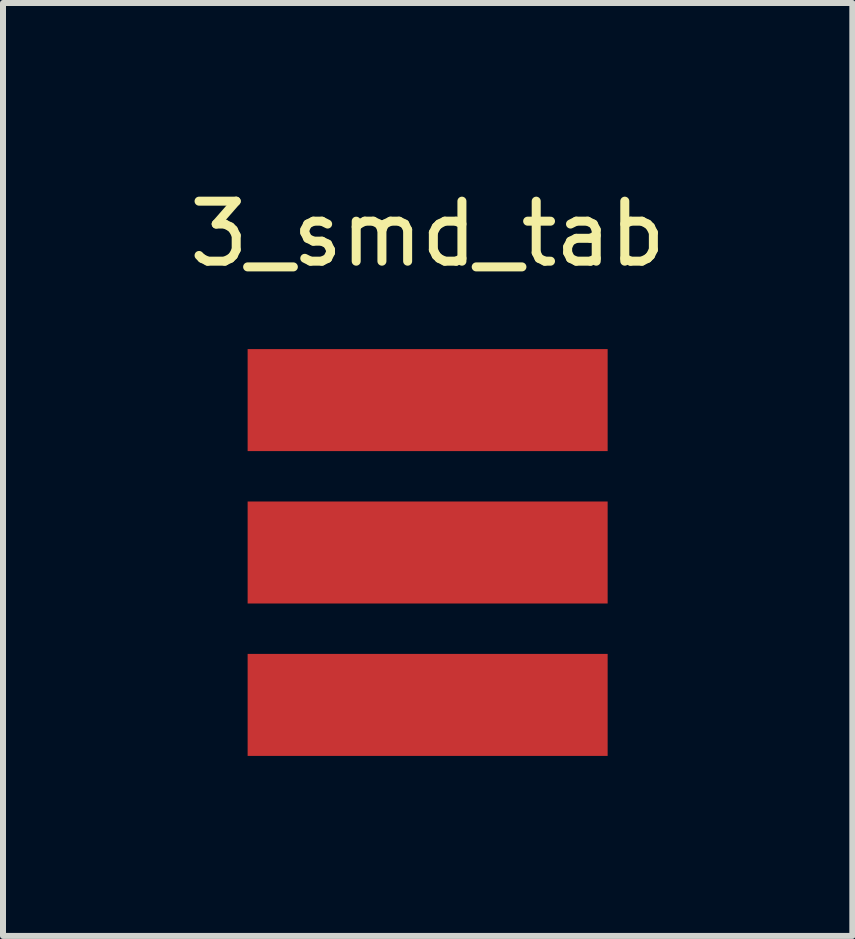
<source format=kicad_pcb>
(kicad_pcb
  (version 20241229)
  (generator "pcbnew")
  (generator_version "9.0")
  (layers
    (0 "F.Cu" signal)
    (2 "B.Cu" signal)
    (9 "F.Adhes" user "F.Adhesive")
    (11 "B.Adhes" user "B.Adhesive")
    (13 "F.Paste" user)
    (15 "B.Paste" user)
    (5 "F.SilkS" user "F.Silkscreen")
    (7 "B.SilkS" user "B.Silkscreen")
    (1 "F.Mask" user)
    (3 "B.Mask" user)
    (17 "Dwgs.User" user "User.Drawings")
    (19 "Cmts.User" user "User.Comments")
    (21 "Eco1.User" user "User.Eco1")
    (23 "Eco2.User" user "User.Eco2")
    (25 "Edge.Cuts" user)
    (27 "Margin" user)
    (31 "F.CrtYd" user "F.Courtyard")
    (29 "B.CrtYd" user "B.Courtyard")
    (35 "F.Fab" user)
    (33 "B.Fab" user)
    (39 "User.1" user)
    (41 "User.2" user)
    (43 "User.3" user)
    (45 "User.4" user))
  (footprint "3_smd_tab"
    (layer "F.Cu")
    (at 4.077 3.618)
    (property "Reference" "3_smd_tab" (at 0 -2.77 0) (layer "F.SilkS") (effects (font (size 1 1) (thickness 0.15))))
    (attr through_hole)
    (pad "1" smd rect (at 0 0) (size 6 1.7) (layers "F.Cu" "F.Mask" "F.Paste"))
    (pad "2" smd rect (at 0 2.54) (size 6 1.7) (layers "F.Cu" "F.Mask" "F.Paste"))
    (pad "3" smd rect (at 0 5.08) (size 6 1.7) (layers "F.Cu" "F.Mask" "F.Paste")))
  (gr_rect
    (start -3 -3)
    (end 11.155 12.548)
    (stroke (width 0.1) (type default))
    (fill no)
    (layer "Edge.Cuts")))
</source>
